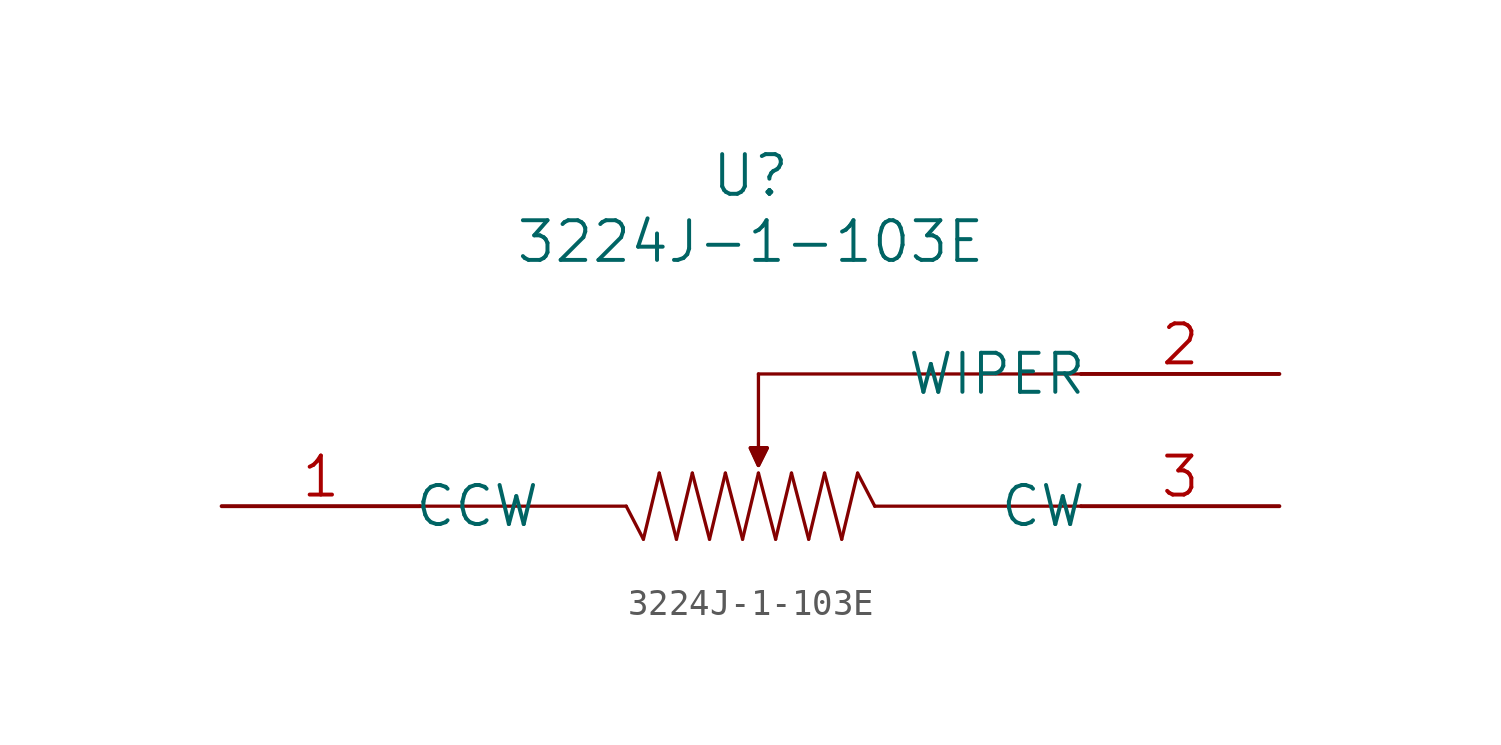
<source format=kicad_sym>
(kicad_symbol_lib
  (version 20211014)
  (generator kicad_symbol_editor)
  (symbol "3224J-1-103E"
    (pin_names
      (offset -0.254))
    (property "Reference" "U"
      (at 20.32 12.7 0)
      (effects (font (size 1.524 1.524))))
    (property "Value" "3224J-1-103E"
      (at 20.32 10.16 0)
      (effects (font (size 1.524 1.524))))
    (property "Datasheet" ""
      (at 0 0 0)
      (effects (font (size 1.524 1.524))))
    (property "ki_locked" ""
      (at 0 0 0)
      (effects (font (size 1.27 1.27))))
    (symbol "3224J-1-103E_1_1"
      (polyline (pts (xy 15.545 0) (xy 7.62 0)) (stroke (width 0.127) (type default) (color 0 0 0 0)) (fill (type none)))
      (polyline (pts (xy 15.545 0) (xy 16.205 -1.27)) (stroke (width 0.127) (type default) (color 0 0 0 0)) (fill (type none)))
      (polyline (pts (xy 16.205 -1.27) (xy 16.815 1.27)) (stroke (width 0.127) (type default) (color 0 0 0 0)) (fill (type none)))
      (polyline (pts (xy 16.815 1.27) (xy 17.475 -1.27)) (stroke (width 0.127) (type default) (color 0 0 0 0)) (fill (type none)))
      (polyline (pts (xy 17.475 -1.27) (xy 18.085 1.27)) (stroke (width 0.127) (type default) (color 0 0 0 0)) (fill (type none)))
      (polyline (pts (xy 18.085 1.27) (xy 18.745 -1.27)) (stroke (width 0.127) (type default) (color 0 0 0 0)) (fill (type none)))
      (polyline (pts (xy 18.745 -1.27) (xy 19.355 1.27)) (stroke (width 0.127) (type default) (color 0 0 0 0)) (fill (type none)))
      (polyline (pts (xy 19.355 1.27) (xy 20.015 -1.27)) (stroke (width 0.127) (type default) (color 0 0 0 0)) (fill (type none)))
      (polyline (pts (xy 20.015 -1.27) (xy 20.625 1.27)) (stroke (width 0.127) (type default) (color 0 0 0 0)) (fill (type none)))
      (polyline (pts (xy 20.32 2.235) (xy 20.955 2.235)) (stroke (width 0.127) (type default) (color 0 0 0 0)) (fill (type none)))
      (polyline (pts (xy 20.625 1.27) (xy 21.285 -1.27)) (stroke (width 0.127) (type default) (color 0 0 0 0)) (fill (type none)))
      (polyline (pts (xy 20.625 1.575) (xy 20.32 2.235)) (stroke (width 0.127) (type default) (color 0 0 0 0)) (fill (type none)))
      (polyline (pts (xy 20.625 1.575) (xy 20.955 2.235)) (stroke (width 0.127) (type default) (color 0 0 0 0)) (fill (type none)))
      (polyline (pts (xy 20.625 2.235) (xy 20.625 5.08)) (stroke (width 0.127) (type default) (color 0 0 0 0)) (fill (type none)))
      (polyline (pts (xy 21.285 -1.27) (xy 21.895 1.27)) (stroke (width 0.127) (type default) (color 0 0 0 0)) (fill (type none)))
      (polyline (pts (xy 21.895 1.27) (xy 22.555 -1.27)) (stroke (width 0.127) (type default) (color 0 0 0 0)) (fill (type none)))
      (polyline (pts (xy 22.555 -1.27) (xy 23.165 1.27)) (stroke (width 0.127) (type default) (color 0 0 0 0)) (fill (type none)))
      (polyline (pts (xy 23.165 1.27) (xy 23.825 -1.27)) (stroke (width 0.127) (type default) (color 0 0 0 0)) (fill (type none)))
      (polyline (pts (xy 23.825 -1.27) (xy 24.435 1.27)) (stroke (width 0.127) (type default) (color 0 0 0 0)) (fill (type none)))
      (polyline (pts (xy 24.435 1.27) (xy 25.095 0)) (stroke (width 0.127) (type default) (color 0 0 0 0)) (fill (type none)))
      (polyline (pts (xy 25.095 0) (xy 33.02 0)) (stroke (width 0.127) (type default) (color 0 0 0 0)) (fill (type none)))
      (polyline (pts (xy 33.02 5.08) (xy 20.625 5.08)) (stroke (width 0.127) (type default) (color 0 0 0 0)) (fill (type none)))
      (polyline (pts (xy 20.32 2.235) (xy 20.955 2.235) (xy 20.625 1.575) (xy 20.32 2.235)) (stroke (width 0) (type default) (color 0 0 0 0)) (fill (type outline)))
      (pin unspecified line (at 0 0 0) (length 7.62) (name "CCW" (effects (font (size 1.499 1.499)))) (number "1" (effects (font (size 1.499 1.499)))))
      (pin unspecified line (at 40.64 5.08 180) (length 7.62) (name "WIPER" (effects (font (size 1.499 1.499)))) (number "2" (effects (font (size 1.499 1.499)))))
      (pin unspecified line (at 40.64 0 180) (length 7.62) (name "CW" (effects (font (size 1.499 1.499)))) (number "3" (effects (font (size 1.499 1.499))))))))
</source>
